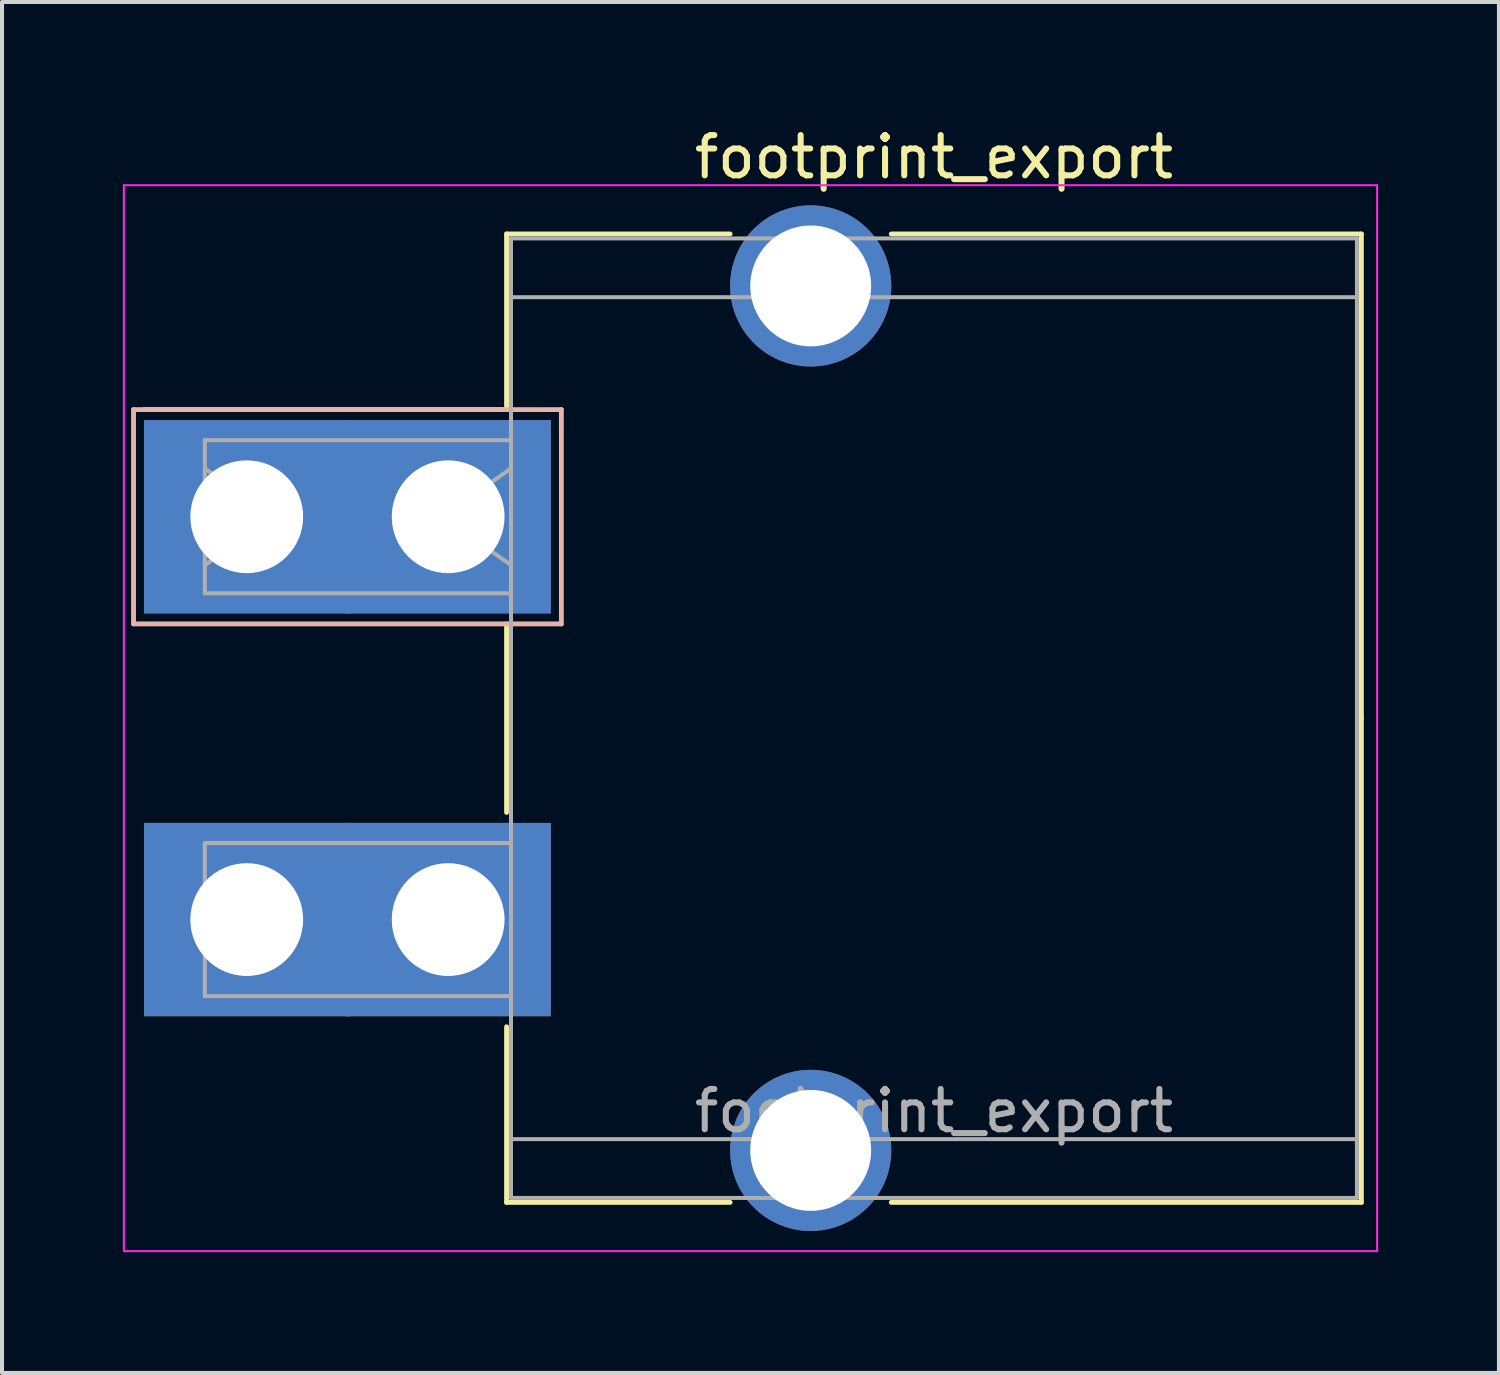
<source format=kicad_pcb>
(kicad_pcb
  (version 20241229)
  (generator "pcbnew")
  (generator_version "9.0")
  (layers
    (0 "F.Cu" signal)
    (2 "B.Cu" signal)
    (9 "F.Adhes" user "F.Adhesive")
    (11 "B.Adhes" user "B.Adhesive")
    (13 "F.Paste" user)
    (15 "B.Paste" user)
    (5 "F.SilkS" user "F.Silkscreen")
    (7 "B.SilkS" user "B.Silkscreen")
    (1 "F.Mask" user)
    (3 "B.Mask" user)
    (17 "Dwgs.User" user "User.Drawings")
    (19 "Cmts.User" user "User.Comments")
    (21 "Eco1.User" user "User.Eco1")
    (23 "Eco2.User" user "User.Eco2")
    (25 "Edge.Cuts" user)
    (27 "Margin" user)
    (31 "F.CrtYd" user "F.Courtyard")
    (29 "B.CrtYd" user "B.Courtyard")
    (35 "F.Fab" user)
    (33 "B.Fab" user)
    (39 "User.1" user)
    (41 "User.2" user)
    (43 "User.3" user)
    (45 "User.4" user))
  (footprint "footprint_export"
    (layer "F.Cu")
    (at 3.075 9.778)
    (property "Reference" "footprint_export" (at 17.06 -8.93 0) (layer "F.SilkS") (effects (font (size 1 1) (thickness 0.15))))
    (attr through_hole)
    (fp_line (start 6.45 -7.02) (end 12 -7.02) (stroke (width 0.12) (type solid)) (layer "F.SilkS"))
    (fp_line (start 6.45 -2.66) (end -2.55 -2.66) (stroke (width 0.12) (type solid)) (layer "F.SilkS"))
    (fp_line (start 6.45 -2.66) (end 6.45 -7.02) (stroke (width 0.12) (type solid)) (layer "F.SilkS"))
    (fp_line (start 6.45 2.66) (end 6.45 7.34) (stroke (width 0.12) (type solid)) (layer "F.SilkS"))
    (fp_line (start 6.45 12.66) (end 6.45 17.02) (stroke (width 0.12) (type solid)) (layer "F.SilkS"))
    (fp_line (start 6.45 17.02) (end 12 17.02) (stroke (width 0.12) (type solid)) (layer "F.SilkS"))
    (fp_line (start 16 -7.02) (end 27.67 -7.02) (stroke (width 0.12) (type solid)) (layer "F.SilkS"))
    (fp_line (start 16 17.02) (end 27.67 17.02) (stroke (width 0.12) (type solid)) (layer "F.SilkS"))
    (fp_line (start 27.67 -7.02) (end 27.67 5) (stroke (width 0.12) (type solid)) (layer "F.SilkS"))
    (fp_line (start 27.67 17.02) (end 27.67 5) (stroke (width 0.12) (type solid)) (layer "F.SilkS"))
    (fp_line (start -2.81 -2.66) (end -2.81 2.66) (stroke (width 0.12) (type solid)) (layer "B.SilkS"))
    (fp_line (start -2.81 2.66) (end 7.81 2.66) (stroke (width 0.12) (type solid)) (layer "B.SilkS"))
    (fp_line (start 7.81 -2.66) (end -2.81 -2.66) (stroke (width 0.12) (type solid)) (layer "B.SilkS"))
    (fp_line (start 7.81 2.66) (end 7.81 -2.66) (stroke (width 0.12) (type solid)) (layer "B.SilkS"))
    (fp_line (start -3.05 -8.23) (end -3.05 18.23) (stroke (width 0.05) (type solid)) (layer "F.CrtYd"))
    (fp_line (start -3.05 18.23) (end 28.06 18.23) (stroke (width 0.05) (type solid)) (layer "F.CrtYd"))
    (fp_line (start 28.06 -8.23) (end -3.05 -8.23) (stroke (width 0.05) (type solid)) (layer "F.CrtYd"))
    (fp_line (start 28.06 18.23) (end 28.06 -8.23) (stroke (width 0.05) (type solid)) (layer "F.CrtYd"))
    (fp_line (start -1.04 -1.9) (end 6.56 -1.9) (stroke (width 0.1) (type solid)) (layer "F.Fab"))
    (fp_line (start -1.04 -1.2) (end 0.657 0) (stroke (width 0.1) (type solid)) (layer "F.Fab"))
    (fp_line (start -1.04 1.9) (end -1.04 -1.9) (stroke (width 0.1) (type solid)) (layer "F.Fab"))
    (fp_line (start -1.04 8.1) (end 6.56 8.1) (stroke (width 0.1) (type solid)) (layer "F.Fab"))
    (fp_line (start -1.04 11.9) (end -1.04 8.1) (stroke (width 0.1) (type solid)) (layer "F.Fab"))
    (fp_line (start 0.657 0) (end -1.04 1.2) (stroke (width 0.1) (type solid)) (layer "F.Fab"))
    (fp_line (start 4.863 0) (end 6.56 1.2) (stroke (width 0.1) (type solid)) (layer "F.Fab"))
    (fp_line (start 6.56 -6.91) (end 6.56 16.91) (stroke (width 0.1) (type solid)) (layer "F.Fab"))
    (fp_line (start 6.56 -5.45) (end 27.56 -5.45) (stroke (width 0.1) (type solid)) (layer "F.Fab"))
    (fp_line (start 6.56 -1.9) (end 6.56 1.9) (stroke (width 0.1) (type solid)) (layer "F.Fab"))
    (fp_line (start 6.56 -1.2) (end 4.863 0) (stroke (width 0.1) (type solid)) (layer "F.Fab"))
    (fp_line (start 6.56 1.9) (end -1.04 1.9) (stroke (width 0.1) (type solid)) (layer "F.Fab"))
    (fp_line (start 6.56 8.1) (end 6.56 11.9) (stroke (width 0.1) (type solid)) (layer "F.Fab"))
    (fp_line (start 6.56 11.9) (end -1.04 11.9) (stroke (width 0.1) (type solid)) (layer "F.Fab"))
    (fp_line (start 6.56 15.45) (end 27.56 15.45) (stroke (width 0.1) (type solid)) (layer "F.Fab"))
    (fp_line (start 6.56 16.91) (end 27.56 16.91) (stroke (width 0.1) (type solid)) (layer "F.Fab"))
    (fp_line (start 27.56 -6.91) (end 6.56 -6.91) (stroke (width 0.1) (type solid)) (layer "F.Fab"))
    (fp_line (start 27.56 16.91) (end 27.56 -6.91) (stroke (width 0.1) (type solid)) (layer "F.Fab"))
    (fp_text user "${REFERENCE}" (at 17.06 14.75 0) (layer "F.Fab") (effects (font (size 1 1) (thickness 0.15))))
    (pad "" thru_hole circle (at 14 -5.73) (size 4 4) (drill 3) (layers "*.Cu" "*.Mask"))
    (pad "" thru_hole circle (at 14 15.73) (size 4 4) (drill 3) (layers "*.Cu" "*.Mask"))
    (pad "1" thru_hole rect (at 0 0) (size 5.1 4.8) (drill 2.8) (layers "*.Cu" "*.Mask"))
    (pad "1" thru_hole rect (at 5 0) (size 5.1 4.8) (drill 2.8) (layers "*.Cu" "*.Mask"))
    (pad "2" thru_hole rect (at 0 10) (size 5.1 4.8) (drill 2.8) (layers "*.Cu" "*.Mask"))
    (pad "2" thru_hole rect (at 5 10) (size 5.1 4.8) (drill 2.8) (layers "*.Cu" "*.Mask")))
  (gr_rect
    (start -3 -3)
    (end 34.16 31.033)
    (stroke (width 0.1) (type default))
    (fill no)
    (layer "Edge.Cuts")))
</source>
